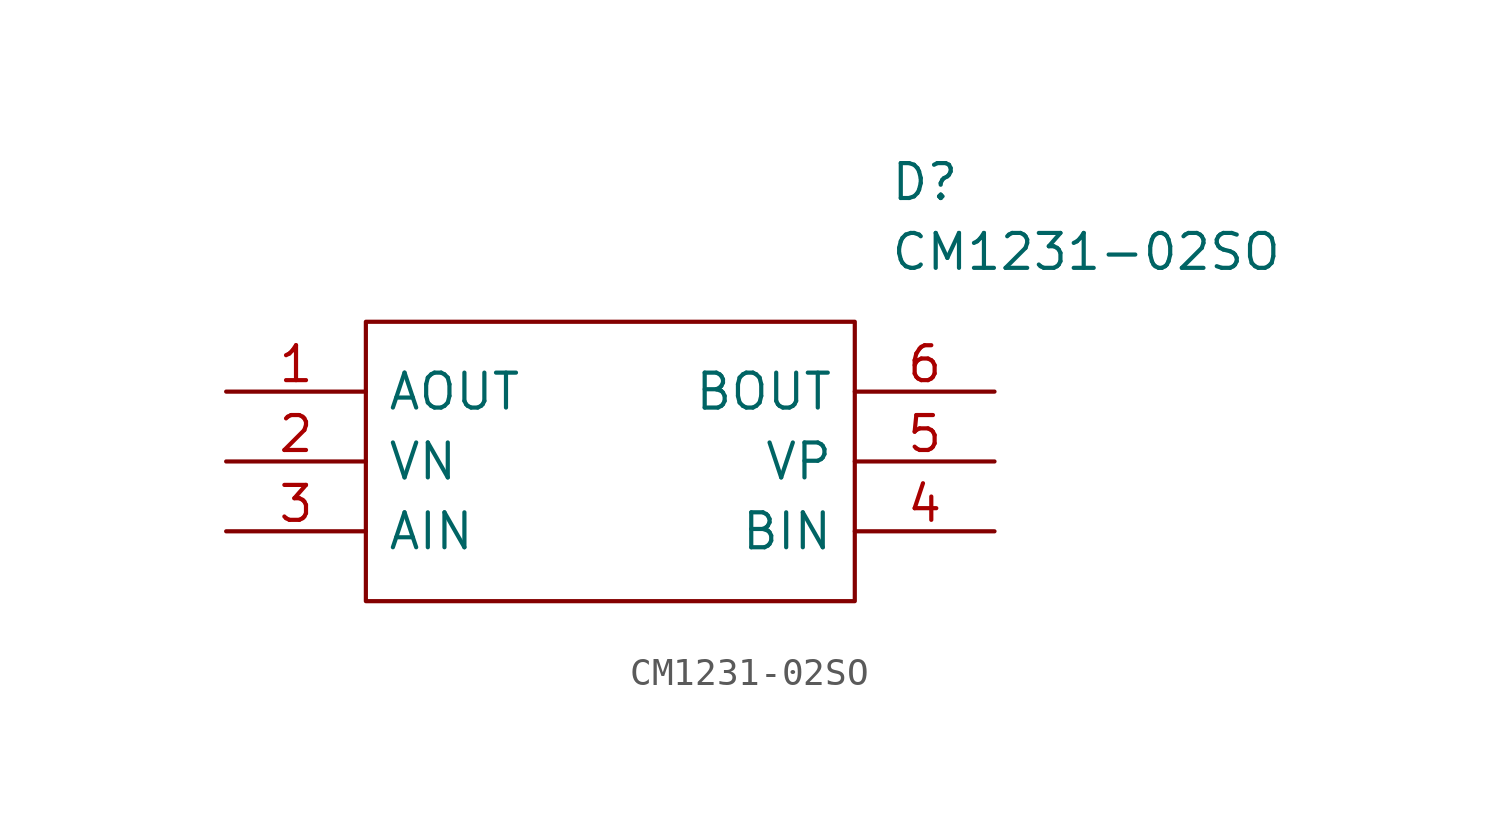
<source format=kicad_sym>
(kicad_symbol_lib
  (version 20211014)
  (generator kicad_symbol_editor)
  (symbol "CM1231-02SO"
    (pin_names
      (offset 0.762))
    (property "Reference" "D"
      (at 24.13 7.62 0)
      (effects (font (size 1.27 1.27)) (justify left)))
    (property "Value" "CM1231-02SO"
      (at 24.13 5.08 0)
      (effects (font (size 1.27 1.27)) (justify left)))
    (symbol "CM1231-02SO_0_0"
      (pin passive line (at 0 0 0) (length 5.08) (name "AOUT" (effects (font (size 1.27 1.27)))) (number "1" (effects (font (size 1.27 1.27)))))
      (pin passive line (at 0 -2.54 0) (length 5.08) (name "VN" (effects (font (size 1.27 1.27)))) (number "2" (effects (font (size 1.27 1.27)))))
      (pin passive line (at 0 -5.08 0) (length 5.08) (name "AIN" (effects (font (size 1.27 1.27)))) (number "3" (effects (font (size 1.27 1.27)))))
      (pin passive line (at 27.94 -5.08 180) (length 5.08) (name "BIN" (effects (font (size 1.27 1.27)))) (number "4" (effects (font (size 1.27 1.27)))))
      (pin passive line (at 27.94 -2.54 180) (length 5.08) (name "VP" (effects (font (size 1.27 1.27)))) (number "5" (effects (font (size 1.27 1.27)))))
      (pin passive line (at 27.94 0 180) (length 5.08) (name "BOUT" (effects (font (size 1.27 1.27)))) (number "6" (effects (font (size 1.27 1.27))))))
    (symbol "CM1231-02SO_0_1"
      (polyline (pts (xy 5.08 2.54) (xy 22.86 2.54) (xy 22.86 -7.62) (xy 5.08 -7.62) (xy 5.08 2.54)) (stroke (width 0.152) (type default) (color 0 0 0 0)) (fill (type none))))))
</source>
